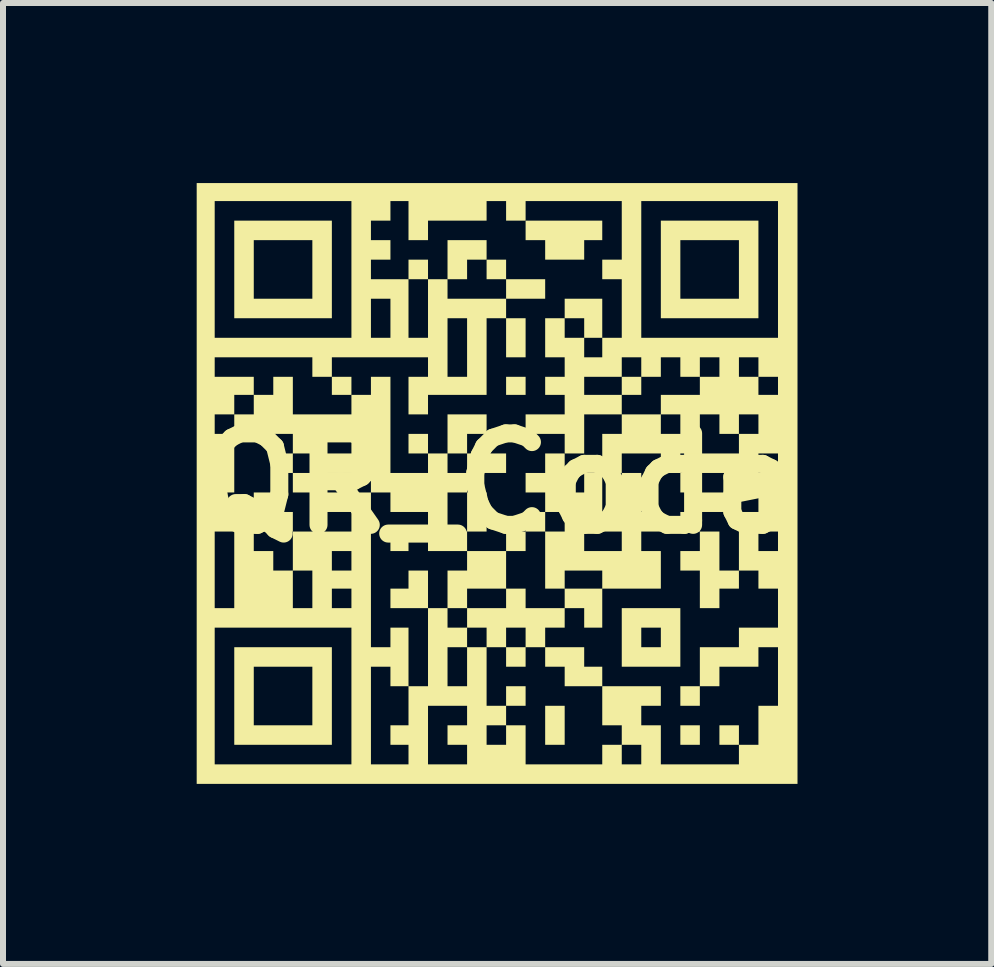
<source format=kicad_pcb>
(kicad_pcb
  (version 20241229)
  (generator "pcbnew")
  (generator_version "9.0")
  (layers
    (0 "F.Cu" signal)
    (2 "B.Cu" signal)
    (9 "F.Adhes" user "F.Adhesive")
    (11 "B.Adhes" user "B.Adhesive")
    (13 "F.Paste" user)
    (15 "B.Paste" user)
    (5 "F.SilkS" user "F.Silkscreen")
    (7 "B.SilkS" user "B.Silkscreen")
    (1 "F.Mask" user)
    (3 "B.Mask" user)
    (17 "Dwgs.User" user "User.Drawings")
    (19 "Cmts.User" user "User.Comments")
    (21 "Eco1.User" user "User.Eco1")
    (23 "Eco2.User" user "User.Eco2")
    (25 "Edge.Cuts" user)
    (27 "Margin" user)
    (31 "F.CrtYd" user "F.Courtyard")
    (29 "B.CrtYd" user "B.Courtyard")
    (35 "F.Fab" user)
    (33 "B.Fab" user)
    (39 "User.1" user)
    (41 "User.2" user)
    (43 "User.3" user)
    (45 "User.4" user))
  (footprint "QR_Code"
    (layer "F.Cu")
    (at 5.232 5.005)
    (property "Reference" "QR_Code" (at 0 0 0) (layer "F.SilkS") (effects (font (size 1.524 1.524) (thickness 0.3))))
    (attr board_only exclude_from_pos_files exclude_from_bom)
    (fp_poly (pts (xy -2.427 -1.476) (xy -2.753 -1.476) (xy -2.753 -1.777) (xy -2.427 -1.777)) (stroke (width 0) (type solid)) (fill yes) (layer "F.SilkS"))
    (fp_poly (pts (xy -1.476 1.126) (xy -1.777 1.126) (xy -1.777 0.801) (xy -1.476 0.801)) (stroke (width 0) (type solid)) (fill yes) (layer "F.SilkS"))
    (fp_poly (pts (xy -1.151 -3.403) (xy -1.476 -3.403) (xy -1.476 -3.729) (xy -1.151 -3.729)) (stroke (width 0) (type solid)) (fill yes) (layer "F.SilkS"))
    (fp_poly (pts (xy -1.151 -0.5) (xy -1.476 -0.5) (xy -1.476 -0.826) (xy -1.151 -0.826)) (stroke (width 0) (type solid)) (fill yes) (layer "F.SilkS"))
    (fp_poly (pts (xy -0.175 0.801) (xy -0.5 0.801) (xy -0.5 0.15) (xy -0.175 0.15)) (stroke (width 0) (type solid)) (fill yes) (layer "F.SilkS"))
    (fp_poly (pts (xy 0.15 -3.403) (xy -0.175 -3.403) (xy -0.175 -3.729) (xy 0.15 -3.729)) (stroke (width 0) (type solid)) (fill yes) (layer "F.SilkS"))
    (fp_poly (pts (xy 0.475 -2.102) (xy 0.15 -2.102) (xy 0.15 -2.753) (xy 0.475 -2.753)) (stroke (width 0) (type solid)) (fill yes) (layer "F.SilkS"))
    (fp_poly (pts (xy 0.475 -1.476) (xy 0.15 -1.476) (xy 0.15 -1.777) (xy 0.475 -1.777)) (stroke (width 0) (type solid)) (fill yes) (layer "F.SilkS"))
    (fp_poly (pts (xy 0.475 3.704) (xy 0.15 3.704) (xy 0.15 3.378) (xy 0.475 3.378)) (stroke (width 0) (type solid)) (fill yes) (layer "F.SilkS"))
    (fp_poly (pts (xy 0.801 -3.078) (xy 0.15 -3.078) (xy 0.15 -3.403) (xy 0.801 -3.403)) (stroke (width 0) (type solid)) (fill yes) (layer "F.SilkS"))
    (fp_poly (pts (xy 1.126 4.354) (xy 0.801 4.354) (xy 0.801 3.704) (xy 1.126 3.704)) (stroke (width 0) (type solid)) (fill yes) (layer "F.SilkS"))
    (fp_poly (pts (xy 2.402 -1.476) (xy 2.077 -1.476) (xy 2.077 -1.777) (xy 2.402 -1.777)) (stroke (width 0) (type solid)) (fill yes) (layer "F.SilkS"))
    (fp_poly (pts (xy 3.378 0.15) (xy 3.053 0.15) (xy 3.053 -0.175) (xy 3.378 -0.175)) (stroke (width 0) (type solid)) (fill yes) (layer "F.SilkS"))
    (fp_poly (pts (xy 3.378 0.801) (xy 3.053 0.801) (xy 3.053 0.475) (xy 3.378 0.475)) (stroke (width 0) (type solid)) (fill yes) (layer "F.SilkS"))
    (fp_poly (pts (xy 3.378 3.704) (xy 3.053 3.704) (xy 3.053 3.378) (xy 3.378 3.378)) (stroke (width 0) (type solid)) (fill yes) (layer "F.SilkS"))
    (fp_poly (pts (xy 3.378 4.354) (xy 3.053 4.354) (xy 3.053 4.029) (xy 3.378 4.029)) (stroke (width 0) (type solid)) (fill yes) (layer "F.SilkS"))
    (fp_poly (pts (xy 4.029 0.475) (xy 3.378 0.475) (xy 3.378 0.15) (xy 4.029 0.15)) (stroke (width 0) (type solid)) (fill yes) (layer "F.SilkS"))
    (fp_poly (pts (xy 4.029 4.354) (xy 3.704 4.354) (xy 3.704 4.029) (xy 4.029 4.029)) (stroke (width 0) (type solid)) (fill yes) (layer "F.SilkS"))
    (fp_poly (pts (xy -1.151 2.077) (xy -1.777 2.077) (xy -1.777 1.752) (xy -1.476 1.752) (xy -1.476 1.451) (xy -1.151 1.451)) (stroke (width 0) (type solid)) (fill yes) (layer "F.SilkS"))
    (fp_poly (pts (xy -0.175 -3.729) (xy -0.5 -3.729) (xy -0.5 -3.403) (xy -0.826 -3.403) (xy -0.826 -4.054) (xy -0.175 -4.054)) (stroke (width 0) (type solid)) (fill yes) (layer "F.SilkS"))
    (fp_poly (pts (xy 1.752 -2.427) (xy 1.451 -2.427) (xy 1.451 -2.753) (xy 1.126 -2.753) (xy 1.126 -3.078) (xy 1.752 -3.078)) (stroke (width 0) (type solid)) (fill yes) (layer "F.SilkS"))
    (fp_poly (pts (xy 1.451 3.053) (xy 1.752 3.053) (xy 1.752 3.378) (xy 1.126 3.378) (xy 1.126 3.053) (xy 0.801 3.053) (xy 0.801 2.728) (xy 1.451 2.728)) (stroke (width 0) (type solid)) (fill yes) (layer "F.SilkS"))
    (fp_poly (pts (xy 1.752 -4.054) (xy 1.451 -4.054) (xy 1.451 -3.729) (xy 0.801 -3.729) (xy 0.801 -4.054) (xy 0.475 -4.054) (xy 0.475 -4.379) (xy 1.752 -4.379)) (stroke (width 0) (type solid)) (fill yes) (layer "F.SilkS"))
    (fp_poly (pts (xy -2.753 -2.753) (xy -4.379 -2.753) (xy -4.379 -3.078) (xy -4.054 -3.078) (xy -3.078 -3.078) (xy -3.078 -4.054) (xy -4.054 -4.054) (xy -4.054 -3.078) (xy -4.379 -3.078) (xy -4.379 -4.379) (xy -2.753 -4.379)) (stroke (width 0) (type solid)) (fill yes) (layer "F.SilkS"))
    (fp_poly (pts (xy -2.753 4.354) (xy -4.379 4.354) (xy -4.379 4.029) (xy -4.054 4.029) (xy -3.078 4.029) (xy -3.078 3.053) (xy -4.054 3.053) (xy -4.054 4.029) (xy -4.379 4.029) (xy -4.379 2.728) (xy -2.753 2.728)) (stroke (width 0) (type solid)) (fill yes) (layer "F.SilkS"))
    (fp_poly (pts (xy 3.053 3.053) (xy 2.077 3.053) (xy 2.077 2.728) (xy 2.402 2.728) (xy 2.728 2.728) (xy 2.728 2.402) (xy 2.402 2.402) (xy 2.402 2.728) (xy 2.077 2.728) (xy 2.077 2.077) (xy 3.053 2.077)) (stroke (width 0) (type solid)) (fill yes) (layer "F.SilkS"))
    (fp_poly (pts (xy 4.354 -2.753) (xy 2.728 -2.753) (xy 2.728 -3.078) (xy 3.053 -3.078) (xy 4.029 -3.078) (xy 4.029 -4.054) (xy 3.053 -4.054) (xy 3.053 -3.078) (xy 2.728 -3.078) (xy 2.728 -4.379) (xy 4.354 -4.379)) (stroke (width 0) (type solid)) (fill yes) (layer "F.SilkS"))
    (fp_poly (pts (xy 3.704 1.451) (xy 4.029 1.451) (xy 4.029 1.752) (xy 3.704 1.752) (xy 3.704 2.077) (xy 3.378 2.077) (xy 3.378 1.451) (xy 3.053 1.451) (xy 3.053 1.126) (xy 3.378 1.126) (xy 3.378 0.801) (xy 3.704 0.801)) (stroke (width 0) (type solid)) (fill yes) (layer "F.SilkS"))
    (fp_poly (pts (xy 0.15 -0.5) (xy 0.15 -0.175) (xy -0.5 -0.175) (xy -0.5 0.15) (xy -0.826 0.15) (xy -0.826 0.801) (xy -0.5 0.801) (xy -0.5 1.126) (xy -1.151 1.126) (xy -1.151 0.475) (xy -1.777 0.475) (xy -1.777 0.15) (xy -2.102 0.15) (xy -2.102 -0.175) (xy -3.078 -0.175) (xy -3.078 0.15) (xy -3.403 0.15) (xy -3.403 -0.175) (xy -3.078 -0.175) (xy -3.078 -0.5) (xy -2.427 -0.5) (xy -2.427 -0.826) (xy -3.078 -0.826) (xy -3.078 -0.5) (xy -3.403 -0.5) (xy -3.403 -0.175) (xy -3.729 -0.175) (xy -3.729 -0.5) (xy -3.403 -0.5) (xy -3.403 -0.826) (xy -4.379 -0.826) (xy -4.379 -1.151) (xy -4.054 -1.151) (xy -4.054 -1.476) (xy -3.729 -1.476) (xy -3.729 -1.777) (xy -3.403 -1.777) (xy -3.403 -1.151) (xy -2.427 -1.151) (xy -2.427 -1.476) (xy -2.102 -1.476) (xy -2.102 -1.777) (xy -1.777 -1.777) (xy -1.777 -0.175) (xy -1.151 -0.175) (xy -0.826 -0.175) (xy -0.5 -0.175) (xy -0.5 -0.5) (xy -0.826 -0.5) (xy -0.826 -0.175) (xy -1.151 -0.175) (xy -1.151 -0.5) (xy -0.826 -0.5) (xy -0.826 -1.151) (xy -0.175 -1.151) (xy -0.175 -0.826) (xy -0.5 -0.826) (xy -0.5 -0.5)) (stroke (width 0) (type solid)) (fill yes) (layer "F.SilkS"))
    (fp_poly (pts (xy 1.126 0.15) (xy 1.451 0.15) (xy 1.451 -0.175) (xy 1.752 -0.175) (xy 1.752 0.475) (xy 2.077 0.475) (xy 2.077 -0.175) (xy 2.402 -0.175) (xy 2.402 0.475) (xy 2.728 0.475) (xy 2.728 0.801) (xy 2.402 0.801) (xy 2.402 1.126) (xy 2.728 1.126) (xy 2.728 1.752) (xy 1.752 1.752) (xy 1.752 2.402) (xy 1.451 2.402) (xy 1.451 2.077) (xy 1.126 2.077) (xy 1.126 2.402) (xy 0.801 2.402) (xy 0.801 2.728) (xy 0.475 2.728) (xy 0.475 3.053) (xy 0.15 3.053) (xy 0.15 2.728) (xy 0.475 2.728) (xy 0.475 2.402) (xy 0.15 2.402) (xy 0.15 2.728) (xy -0.175 2.728) (xy -0.175 2.402) (xy -0.5 2.402) (xy -0.5 2.077) (xy 0.15 2.077) (xy 0.15 1.752) (xy 0.475 1.752) (xy 0.475 2.077) (xy 1.126 2.077) (xy 1.126 1.752) (xy 1.752 1.752) (xy 1.752 1.451) (xy 1.126 1.451) (xy 1.126 1.752) (xy 0.801 1.752) (xy 0.801 1.126) (xy 1.451 1.126) (xy 2.077 1.126) (xy 2.077 0.801) (xy 1.451 0.801) (xy 1.451 1.126) (xy 0.801 1.126) (xy 0.801 0.801) (xy 1.126 0.801) (xy 1.126 0.475) (xy 0.801 0.475) (xy 0.801 0.801) (xy 0.475 0.801) (xy 0.475 1.126) (xy 0.15 1.126) (xy 0.15 1.752) (xy -0.5 1.752) (xy -0.5 2.077) (xy -0.826 2.077) (xy -0.826 1.451) (xy -0.5 1.451) (xy -0.5 1.126) (xy 0.15 1.126) (xy 0.15 0.801) (xy 0.475 0.801) (xy 0.475 0.475) (xy 0.801 0.475) (xy 0.801 0.15) (xy 0.475 0.15) (xy 0.475 -0.175) (xy 0.801 -0.175) (xy 0.801 -0.5) (xy 1.126 -0.5)) (stroke (width 0) (type solid)) (fill yes) (layer "F.SilkS"))
    (fp_poly (pts (xy 5.005 5.005) (xy -5.005 5.005) (xy -5.005 4.68) (xy -4.705 4.68) (xy -2.427 4.68) (xy -2.102 4.68) (xy -1.476 4.68) (xy -1.151 4.68) (xy -0.5 4.68) (xy -0.5 4.354) (xy -0.175 4.354) (xy 0.15 4.354) (xy 0.15 4.029) (xy -0.175 4.029) (xy -0.175 4.354) (xy -0.5 4.354) (xy -0.826 4.354) (xy -0.826 4.029) (xy -0.5 4.029) (xy -0.5 3.704) (xy -1.151 3.704) (xy -1.151 4.68) (xy -1.476 4.68) (xy -1.476 4.354) (xy -1.777 4.354) (xy -1.777 4.029) (xy -1.476 4.029) (xy -1.476 3.378) (xy -1.777 3.378) (xy -1.777 3.053) (xy -2.102 3.053) (xy -2.102 4.68) (xy -2.427 4.68) (xy -2.427 2.402) (xy -4.705 2.402) (xy -4.705 4.68) (xy -5.005 4.68) (xy -5.005 2.077) (xy -4.705 2.077) (xy -4.379 2.077) (xy -3.403 2.077) (xy -3.078 2.077) (xy -2.753 2.077) (xy -2.427 2.077) (xy -2.427 1.752) (xy -2.753 1.752) (xy -2.753 2.077) (xy -3.078 2.077) (xy -3.078 1.451) (xy -2.753 1.451) (xy -2.427 1.451) (xy -2.427 1.126) (xy -2.753 1.126) (xy -2.753 1.451) (xy -3.078 1.451) (xy -3.403 1.451) (xy -3.403 2.077) (xy -4.379 2.077) (xy -4.379 1.126) (xy -4.054 1.126) (xy -3.729 1.126) (xy -3.729 1.451) (xy -3.403 1.451) (xy -3.403 0.801) (xy -4.054 0.801) (xy -4.054 1.126) (xy -4.379 1.126) (xy -4.379 0.801) (xy -4.705 0.801) (xy -4.705 2.077) (xy -5.005 2.077) (xy -5.005 0.475) (xy -4.705 0.475) (xy -4.054 0.475) (xy -4.054 0.15) (xy -3.729 0.15) (xy -3.729 0.475) (xy -3.403 0.475) (xy -3.403 0.801) (xy -2.427 0.801) (xy -2.427 0.475) (xy -3.078 0.475) (xy -3.078 0.15) (xy -2.102 0.15) (xy -2.102 2.728) (xy -1.777 2.728) (xy -1.777 2.402) (xy -1.476 2.402) (xy -1.476 3.378) (xy -1.151 3.378) (xy -0.826 3.378) (xy -0.5 3.378) (xy -0.5 2.728) (xy -0.826 2.728) (xy -0.826 3.378) (xy -1.151 3.378) (xy -1.151 2.077) (xy -0.826 2.077) (xy -0.826 2.402) (xy -0.5 2.402) (xy -0.5 2.728) (xy -0.175 2.728) (xy -0.175 3.704) (xy 0.15 3.704) (xy 0.15 4.029) (xy 0.475 4.029) (xy 0.475 4.68) (xy 1.752 4.68) (xy 2.077 4.68) (xy 2.402 4.68) (xy 2.402 4.354) (xy 2.077 4.354) (xy 2.077 4.68) (xy 1.752 4.68) (xy 1.752 4.354) (xy 2.077 4.354) (xy 2.077 4.029) (xy 1.752 4.029) (xy 1.752 3.378) (xy 2.728 3.378) (xy 2.728 3.704) (xy 2.402 3.704) (xy 2.402 4.029) (xy 2.728 4.029) (xy 2.728 4.68) (xy 4.029 4.68) (xy 4.029 4.354) (xy 4.354 4.354) (xy 4.354 3.704) (xy 4.68 3.704) (xy 4.68 2.728) (xy 4.354 2.728) (xy 4.354 3.053) (xy 3.704 3.053) (xy 3.704 3.378) (xy 3.378 3.378) (xy 3.378 2.728) (xy 4.029 2.728) (xy 4.029 2.402) (xy 4.68 2.402) (xy 4.68 1.752) (xy 4.354 1.752) (xy 4.354 1.451) (xy 4.029 1.451) (xy 4.029 1.126) (xy 4.354 1.126) (xy 4.68 1.126) (xy 4.68 0.801) (xy 4.354 0.801) (xy 4.354 1.126) (xy 4.029 1.126) (xy 4.029 0.475) (xy 4.354 0.475) (xy 4.354 0.15) (xy 4.029 0.15) (xy 4.029 -0.175) (xy 4.354 -0.175) (xy 4.68 -0.175) (xy 4.68 -0.5) (xy 4.354 -0.5) (xy 4.354 -0.175) (xy 4.029 -0.175) (xy 3.378 -0.175) (xy 3.378 -0.5) (xy 4.029 -0.5) (xy 4.029 -0.826) (xy 4.354 -0.826) (xy 4.354 -1.151) (xy 4.029 -1.151) (xy 4.029 -0.826) (xy 3.704 -0.826) (xy 3.704 -1.151) (xy 3.378 -1.151) (xy 3.378 -0.5) (xy 3.053 -0.5) (xy 3.053 -0.175) (xy 2.728 -0.175) (xy 2.728 -0.5) (xy 2.077 -0.5) (xy 2.077 -0.175) (xy 1.752 -0.175) (xy 1.752 -0.826) (xy 2.077 -0.826) (xy 2.728 -0.826) (xy 3.053 -0.826) (xy 3.053 -1.151) (xy 2.728 -1.151) (xy 2.728 -0.826) (xy 2.077 -0.826) (xy 2.077 -1.151) (xy 1.451 -1.151) (xy 1.451 -0.5) (xy 1.126 -0.5) (xy 1.126 -0.826) (xy 0.475 -0.826) (xy 0.475 -1.151) (xy 1.126 -1.151) (xy 1.126 -1.476) (xy 1.451 -1.476) (xy 2.077 -1.476) (xy 2.077 -1.151) (xy 2.728 -1.151) (xy 2.728 -1.476) (xy 3.378 -1.476) (xy 4.354 -1.476) (xy 4.68 -1.476) (xy 4.68 -1.777) (xy 4.354 -1.777) (xy 4.354 -1.476) (xy 3.378 -1.476) (xy 3.378 -1.777) (xy 3.704 -1.777) (xy 4.029 -1.777) (xy 4.354 -1.777) (xy 4.354 -2.102) (xy 4.029 -2.102) (xy 4.029 -1.777) (xy 3.704 -1.777) (xy 3.704 -2.102) (xy 3.378 -2.102) (xy 3.378 -1.777) (xy 3.053 -1.777) (xy 3.053 -2.102) (xy 2.728 -2.102) (xy 2.728 -1.777) (xy 2.402 -1.777) (xy 2.402 -2.102) (xy 2.077 -2.102) (xy 2.077 -1.777) (xy 1.451 -1.777) (xy 1.451 -1.476) (xy 1.126 -1.476) (xy 0.801 -1.476) (xy 0.801 -1.777) (xy 1.126 -1.777) (xy 1.126 -2.102) (xy 0.801 -2.102) (xy 0.801 -2.753) (xy 1.126 -2.753) (xy 1.126 -2.427) (xy 1.451 -2.427) (xy 1.451 -2.102) (xy 1.752 -2.102) (xy 1.752 -2.427) (xy 2.077 -2.427) (xy 2.402 -2.427) (xy 4.68 -2.427) (xy 4.68 -4.705) (xy 2.402 -4.705) (xy 2.402 -2.427) (xy 2.077 -2.427) (xy 2.077 -3.403) (xy 1.752 -3.403) (xy 1.752 -3.729) (xy 2.077 -3.729) (xy 2.077 -4.705) (xy 0.475 -4.705) (xy 0.475 -4.379) (xy 0.15 -4.379) (xy 0.15 -4.705) (xy -0.175 -4.705) (xy -0.175 -4.379) (xy -1.151 -4.379) (xy -1.151 -4.054) (xy -1.476 -4.054) (xy -1.476 -4.705) (xy -1.777 -4.705) (xy -1.777 -4.379) (xy -2.102 -4.379) (xy -2.102 -4.054) (xy -1.777 -4.054) (xy -1.777 -3.729) (xy -2.102 -3.729) (xy -2.102 -3.403) (xy -1.476 -3.403) (xy -1.476 -2.427) (xy -1.151 -2.427) (xy -1.151 -3.403) (xy -0.826 -3.403) (xy -0.826 -3.078) (xy 0.15 -3.078) (xy 0.15 -2.753) (xy -0.175 -2.753) (xy -0.175 -1.476) (xy -1.151 -1.476) (xy -1.151 -1.151) (xy -1.476 -1.151) (xy -1.476 -1.777) (xy -1.151 -1.777) (xy -0.826 -1.777) (xy -0.5 -1.777) (xy -0.5 -2.753) (xy -0.826 -2.753) (xy -0.826 -1.777) (xy -1.151 -1.777) (xy -1.151 -2.102) (xy -2.753 -2.102) (xy -2.753 -1.777) (xy -3.078 -1.777) (xy -3.078 -2.102) (xy -4.705 -2.102) (xy -4.705 -1.777) (xy -4.054 -1.777) (xy -4.054 -1.476) (xy -4.379 -1.476) (xy -4.379 -1.151) (xy -4.705 -1.151) (xy -4.705 -0.826) (xy -4.379 -0.826) (xy -4.379 0.15) (xy -4.705 0.15) (xy -4.705 0.475) (xy -5.005 0.475) (xy -5.005 -2.427) (xy -4.705 -2.427) (xy -2.427 -2.427) (xy -2.102 -2.427) (xy -1.777 -2.427) (xy -1.777 -3.078) (xy -2.102 -3.078) (xy -2.102 -2.427) (xy -2.427 -2.427) (xy -2.427 -4.705) (xy -4.705 -4.705) (xy -4.705 -2.427) (xy -5.005 -2.427) (xy -5.005 -5.005) (xy 5.005 -5.005)) (stroke (width 0) (type solid)) (fill yes) (layer "F.SilkS")))
  (gr_rect
    (start -3 -3)
    (end 13.465 13.01)
    (stroke (width 0.1) (type default))
    (fill no)
    (layer "Edge.Cuts")))
</source>
